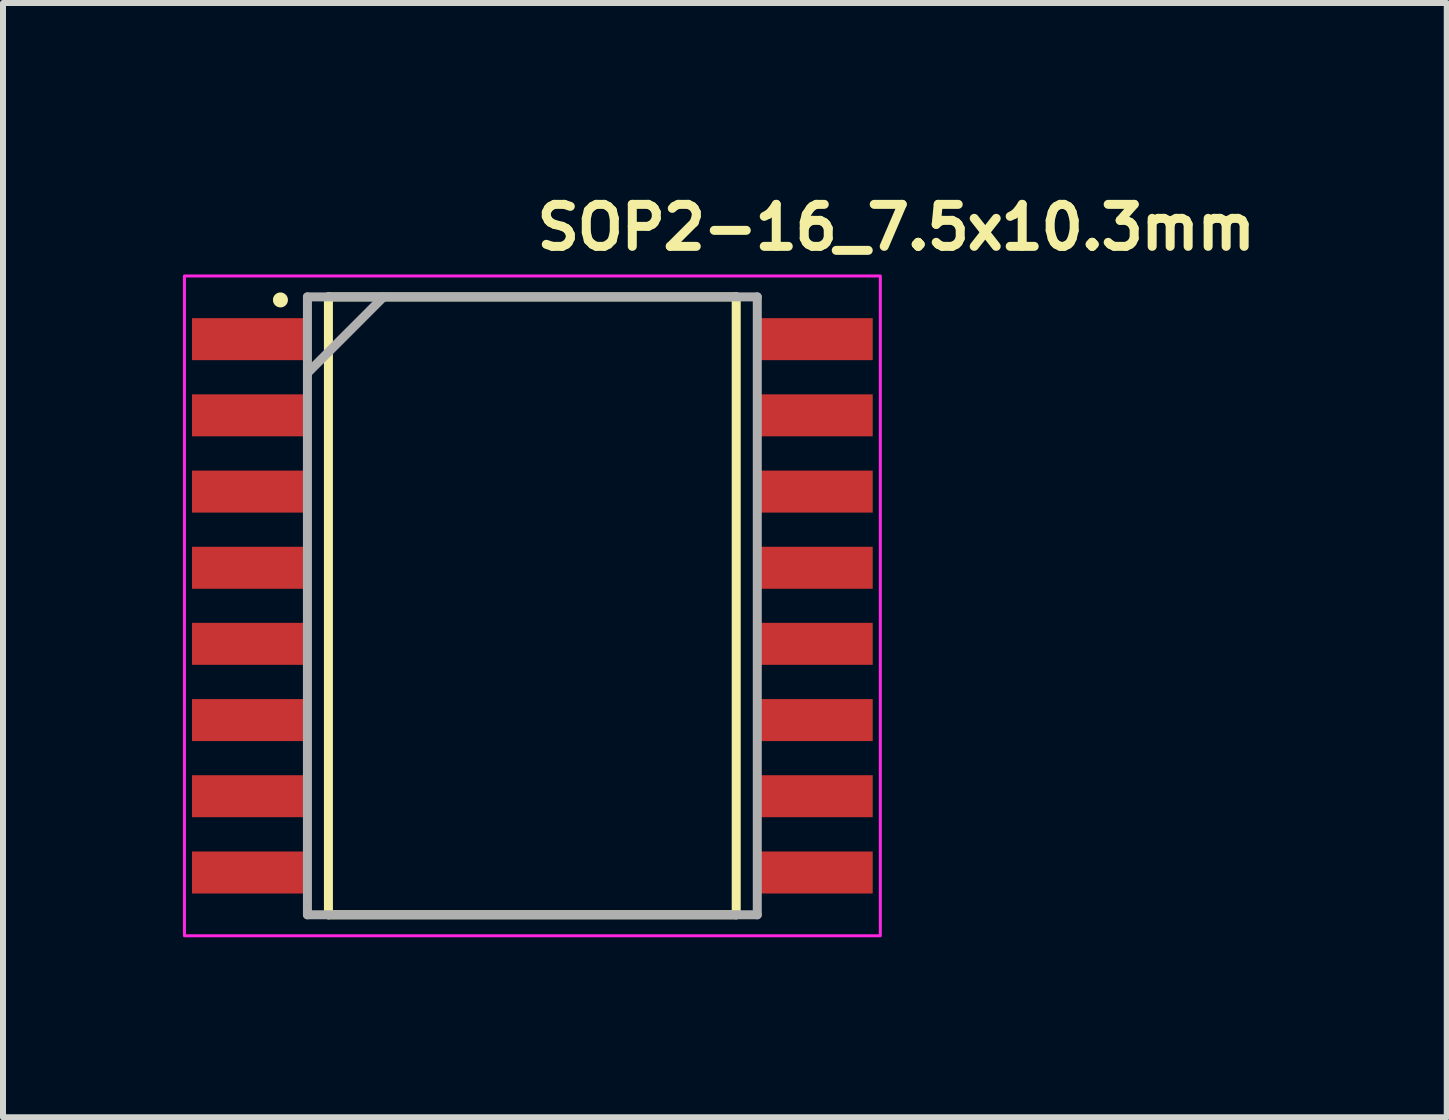
<source format=kicad_pcb>
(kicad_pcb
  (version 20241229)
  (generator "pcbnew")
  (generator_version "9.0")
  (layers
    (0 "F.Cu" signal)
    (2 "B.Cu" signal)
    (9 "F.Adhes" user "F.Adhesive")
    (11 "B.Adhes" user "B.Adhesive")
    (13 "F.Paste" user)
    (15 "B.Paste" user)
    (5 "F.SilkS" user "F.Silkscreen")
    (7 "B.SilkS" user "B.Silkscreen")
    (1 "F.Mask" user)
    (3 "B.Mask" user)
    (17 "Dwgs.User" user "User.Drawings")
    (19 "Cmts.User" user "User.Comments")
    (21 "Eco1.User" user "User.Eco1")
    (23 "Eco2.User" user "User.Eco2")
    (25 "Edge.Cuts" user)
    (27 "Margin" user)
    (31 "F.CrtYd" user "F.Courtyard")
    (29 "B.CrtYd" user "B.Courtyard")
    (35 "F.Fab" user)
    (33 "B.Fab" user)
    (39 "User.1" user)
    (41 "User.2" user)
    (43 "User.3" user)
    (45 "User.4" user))
  (footprint "SOP2-16_7.5x10.3mm"
    (layer "F.Cu")
    (at 5.825 7.05)
    (property "Reference" "SOP2-16_7.5x10.3mm" (at 0 -5.9 0) (layer "F.SilkS") (effects (font (size 0.7 0.7) (thickness 0.15)) (justify left bottom)))
    (attr smd)
    (fp_line (start -3.4 -5.151) (end 3.398 -5.151) (stroke (width 0.15) (type solid)) (layer "F.SilkS"))
    (fp_line (start -3.4 5.15) (end -3.4 -5.151) (stroke (width 0.15) (type solid)) (layer "F.SilkS"))
    (fp_line (start 3.398 -5.151) (end 3.398 5.15) (stroke (width 0.15) (type solid)) (layer "F.SilkS"))
    (fp_line (start 3.398 5.15) (end -3.4 5.15) (stroke (width 0.15) (type solid)) (layer "F.SilkS"))
    (fp_circle (center -4.2 -5.1) (end -4.15 -5.1) (stroke (width 0.15) (type solid)) (fill yes) (layer "F.SilkS"))
    (fp_rect (start -5.8 -5.5) (end 5.8 5.5) (stroke (width 0.05) (type solid)) (fill no) (layer "F.CrtYd"))
    (fp_line (start -3.75 -5.151) (end 3.749 -5.151) (stroke (width 0.15) (type solid)) (layer "F.Fab"))
    (fp_line (start -3.75 -3.88) (end -2.48 -5.151) (stroke (width 0.15) (type solid)) (layer "F.Fab"))
    (fp_line (start -3.75 5.15) (end -3.75 -5.151) (stroke (width 0.15) (type solid)) (layer "F.Fab"))
    (fp_line (start 3.749 -5.151) (end 3.749 5.15) (stroke (width 0.15) (type solid)) (layer "F.Fab"))
    (fp_line (start 3.749 5.15) (end -3.75 5.15) (stroke (width 0.15) (type solid)) (layer "F.Fab"))
    (fp_rect (start -5.164 -5.151) (end 5.161 5.15) (stroke (width 0.1) (type solid)) (fill no) (layer "User.5"))
    (fp_line (start -5.164 -4.656) (end -4.92 -4.656) (stroke (width 0.02) (type solid)) (layer "User.9"))
    (fp_line (start -5.164 -4.236) (end -5.164 -4.656) (stroke (width 0.02) (type solid)) (layer "User.9"))
    (fp_line (start -5.164 -4.236) (end -4.92 -4.236) (stroke (width 0.02) (type solid)) (layer "User.9"))
    (fp_line (start -5.164 -3.386) (end -4.92 -3.386) (stroke (width 0.02) (type solid)) (layer "User.9"))
    (fp_line (start -5.164 -2.965) (end -5.164 -3.386) (stroke (width 0.02) (type solid)) (layer "User.9"))
    (fp_line (start -5.164 -2.965) (end -4.92 -2.965) (stroke (width 0.02) (type solid)) (layer "User.9"))
    (fp_line (start -5.164 -2.117) (end -4.92 -2.117) (stroke (width 0.02) (type solid)) (layer "User.9"))
    (fp_line (start -5.164 -1.696) (end -5.164 -2.117) (stroke (width 0.02) (type solid)) (layer "User.9"))
    (fp_line (start -5.164 -1.696) (end -4.92 -1.696) (stroke (width 0.02) (type solid)) (layer "User.9"))
    (fp_line (start -5.164 -0.845) (end -4.92 -0.845) (stroke (width 0.02) (type solid)) (layer "User.9"))
    (fp_line (start -5.164 -0.425) (end -5.164 -0.845) (stroke (width 0.02) (type solid)) (layer "User.9"))
    (fp_line (start -5.164 -0.425) (end -4.92 -0.425) (stroke (width 0.02) (type solid)) (layer "User.9"))
    (fp_line (start -5.164 0.423) (end -4.92 0.423) (stroke (width 0.02) (type solid)) (layer "User.9"))
    (fp_line (start -5.164 0.843) (end -5.164 0.423) (stroke (width 0.02) (type solid)) (layer "User.9"))
    (fp_line (start -5.164 0.843) (end -4.92 0.843) (stroke (width 0.02) (type solid)) (layer "User.9"))
    (fp_line (start -5.164 1.695) (end -4.92 1.695) (stroke (width 0.02) (type solid)) (layer "User.9"))
    (fp_line (start -5.164 2.115) (end -5.164 1.695) (stroke (width 0.02) (type solid)) (layer "User.9"))
    (fp_line (start -5.164 2.115) (end -4.92 2.115) (stroke (width 0.02) (type solid)) (layer "User.9"))
    (fp_line (start -5.164 2.963) (end -4.92 2.963) (stroke (width 0.02) (type solid)) (layer "User.9"))
    (fp_line (start -5.164 3.383) (end -5.164 2.963) (stroke (width 0.02) (type solid)) (layer "User.9"))
    (fp_line (start -5.164 3.383) (end -4.92 3.383) (stroke (width 0.02) (type solid)) (layer "User.9"))
    (fp_line (start -5.164 4.235) (end -4.92 4.235) (stroke (width 0.02) (type solid)) (layer "User.9"))
    (fp_line (start -5.164 4.655) (end -5.164 4.235) (stroke (width 0.02) (type solid)) (layer "User.9"))
    (fp_line (start -5.164 4.655) (end -4.92 4.655) (stroke (width 0.02) (type solid)) (layer "User.9"))
    (fp_line (start -4.92 -4.656) (end -4.835 -4.656) (stroke (width 0.02) (type solid)) (layer "User.9"))
    (fp_line (start -4.92 -4.236) (end -4.835 -4.236) (stroke (width 0.02) (type solid)) (layer "User.9"))
    (fp_line (start -4.92 -3.386) (end -4.835 -3.386) (stroke (width 0.02) (type solid)) (layer "User.9"))
    (fp_line (start -4.92 -2.965) (end -4.835 -2.965) (stroke (width 0.02) (type solid)) (layer "User.9"))
    (fp_line (start -4.92 -2.117) (end -4.835 -2.117) (stroke (width 0.02) (type solid)) (layer "User.9"))
    (fp_line (start -4.92 -1.696) (end -4.835 -1.696) (stroke (width 0.02) (type solid)) (layer "User.9"))
    (fp_line (start -4.92 -0.845) (end -4.835 -0.845) (stroke (width 0.02) (type solid)) (layer "User.9"))
    (fp_line (start -4.92 -0.425) (end -4.835 -0.425) (stroke (width 0.02) (type solid)) (layer "User.9"))
    (fp_line (start -4.92 0.423) (end -4.835 0.423) (stroke (width 0.02) (type solid)) (layer "User.9"))
    (fp_line (start -4.92 0.843) (end -4.835 0.843) (stroke (width 0.02) (type solid)) (layer "User.9"))
    (fp_line (start -4.92 1.695) (end -4.835 1.695) (stroke (width 0.02) (type solid)) (layer "User.9"))
    (fp_line (start -4.92 2.115) (end -4.835 2.115) (stroke (width 0.02) (type solid)) (layer "User.9"))
    (fp_line (start -4.92 2.963) (end -4.835 2.963) (stroke (width 0.02) (type solid)) (layer "User.9"))
    (fp_line (start -4.92 3.383) (end -4.835 3.383) (stroke (width 0.02) (type solid)) (layer "User.9"))
    (fp_line (start -4.92 4.235) (end -4.835 4.235) (stroke (width 0.02) (type solid)) (layer "User.9"))
    (fp_line (start -4.92 4.655) (end -4.835 4.655) (stroke (width 0.02) (type solid)) (layer "User.9"))
    (fp_line (start -4.835 -4.656) (end -3.95 -4.656) (stroke (width 0.02) (type solid)) (layer "User.9"))
    (fp_line (start -4.835 -4.236) (end -3.95 -4.236) (stroke (width 0.02) (type solid)) (layer "User.9"))
    (fp_line (start -4.835 -3.386) (end -3.95 -3.386) (stroke (width 0.02) (type solid)) (layer "User.9"))
    (fp_line (start -4.835 -2.965) (end -3.95 -2.965) (stroke (width 0.02) (type solid)) (layer "User.9"))
    (fp_line (start -4.835 -2.117) (end -3.95 -2.117) (stroke (width 0.02) (type solid)) (layer "User.9"))
    (fp_line (start -4.835 -1.696) (end -3.95 -1.696) (stroke (width 0.02) (type solid)) (layer "User.9"))
    (fp_line (start -4.835 -0.845) (end -3.95 -0.845) (stroke (width 0.02) (type solid)) (layer "User.9"))
    (fp_line (start -4.835 -0.425) (end -3.95 -0.425) (stroke (width 0.02) (type solid)) (layer "User.9"))
    (fp_line (start -4.835 0.423) (end -3.95 0.423) (stroke (width 0.02) (type solid)) (layer "User.9"))
    (fp_line (start -4.835 0.843) (end -3.95 0.843) (stroke (width 0.02) (type solid)) (layer "User.9"))
    (fp_line (start -4.835 1.695) (end -3.95 1.695) (stroke (width 0.02) (type solid)) (layer "User.9"))
    (fp_line (start -4.835 2.115) (end -3.95 2.115) (stroke (width 0.02) (type solid)) (layer "User.9"))
    (fp_line (start -4.835 2.963) (end -3.95 2.963) (stroke (width 0.02) (type solid)) (layer "User.9"))
    (fp_line (start -4.835 3.383) (end -3.95 3.383) (stroke (width 0.02) (type solid)) (layer "User.9"))
    (fp_line (start -4.835 4.235) (end -3.95 4.235) (stroke (width 0.02) (type solid)) (layer "User.9"))
    (fp_line (start -4.835 4.655) (end -3.95 4.655) (stroke (width 0.02) (type solid)) (layer "User.9"))
    (fp_line (start -3.95 -4.656) (end -3.866 -4.656) (stroke (width 0.02) (type solid)) (layer "User.9"))
    (fp_line (start -3.95 -4.236) (end -3.866 -4.236) (stroke (width 0.02) (type solid)) (layer "User.9"))
    (fp_line (start -3.95 -3.386) (end -3.866 -3.386) (stroke (width 0.02) (type solid)) (layer "User.9"))
    (fp_line (start -3.95 -2.965) (end -3.866 -2.965) (stroke (width 0.02) (type solid)) (layer "User.9"))
    (fp_line (start -3.95 -2.117) (end -3.866 -2.117) (stroke (width 0.02) (type solid)) (layer "User.9"))
    (fp_line (start -3.95 -1.696) (end -3.866 -1.696) (stroke (width 0.02) (type solid)) (layer "User.9"))
    (fp_line (start -3.95 -0.845) (end -3.866 -0.845) (stroke (width 0.02) (type solid)) (layer "User.9"))
    (fp_line (start -3.95 -0.425) (end -3.866 -0.425) (stroke (width 0.02) (type solid)) (layer "User.9"))
    (fp_line (start -3.95 0.423) (end -3.866 0.423) (stroke (width 0.02) (type solid)) (layer "User.9"))
    (fp_line (start -3.95 0.843) (end -3.866 0.843) (stroke (width 0.02) (type solid)) (layer "User.9"))
    (fp_line (start -3.95 1.695) (end -3.866 1.695) (stroke (width 0.02) (type solid)) (layer "User.9"))
    (fp_line (start -3.95 2.115) (end -3.866 2.115) (stroke (width 0.02) (type solid)) (layer "User.9"))
    (fp_line (start -3.95 2.963) (end -3.866 2.963) (stroke (width 0.02) (type solid)) (layer "User.9"))
    (fp_line (start -3.95 3.383) (end -3.866 3.383) (stroke (width 0.02) (type solid)) (layer "User.9"))
    (fp_line (start -3.95 4.235) (end -3.866 4.235) (stroke (width 0.02) (type solid)) (layer "User.9"))
    (fp_line (start -3.95 4.655) (end -3.866 4.655) (stroke (width 0.02) (type solid)) (layer "User.9"))
    (fp_line (start -3.866 -4.656) (end -3.75 -4.656) (stroke (width 0.02) (type solid)) (layer "User.9"))
    (fp_line (start -3.866 -4.236) (end -3.75 -4.236) (stroke (width 0.02) (type solid)) (layer "User.9"))
    (fp_line (start -3.866 -3.386) (end -3.75 -3.386) (stroke (width 0.02) (type solid)) (layer "User.9"))
    (fp_line (start -3.866 -2.965) (end -3.75 -2.965) (stroke (width 0.02) (type solid)) (layer "User.9"))
    (fp_line (start -3.866 -2.117) (end -3.75 -2.117) (stroke (width 0.02) (type solid)) (layer "User.9"))
    (fp_line (start -3.866 -1.696) (end -3.75 -1.696) (stroke (width 0.02) (type solid)) (layer "User.9"))
    (fp_line (start -3.866 -0.845) (end -3.75 -0.845) (stroke (width 0.02) (type solid)) (layer "User.9"))
    (fp_line (start -3.866 -0.425) (end -3.75 -0.425) (stroke (width 0.02) (type solid)) (layer "User.9"))
    (fp_line (start -3.866 0.423) (end -3.75 0.423) (stroke (width 0.02) (type solid)) (layer "User.9"))
    (fp_line (start -3.866 0.843) (end -3.75 0.843) (stroke (width 0.02) (type solid)) (layer "User.9"))
    (fp_line (start -3.866 1.695) (end -3.75 1.695) (stroke (width 0.02) (type solid)) (layer "User.9"))
    (fp_line (start -3.866 2.115) (end -3.75 2.115) (stroke (width 0.02) (type solid)) (layer "User.9"))
    (fp_line (start -3.866 2.963) (end -3.75 2.963) (stroke (width 0.02) (type solid)) (layer "User.9"))
    (fp_line (start -3.866 3.383) (end -3.75 3.383) (stroke (width 0.02) (type solid)) (layer "User.9"))
    (fp_line (start -3.866 4.235) (end -3.75 4.235) (stroke (width 0.02) (type solid)) (layer "User.9"))
    (fp_line (start -3.866 4.655) (end -3.75 4.655) (stroke (width 0.02) (type solid)) (layer "User.9"))
    (fp_line (start -3.75 -5.151) (end -3.576 -4.976) (stroke (width 0.02) (type solid)) (layer "User.9"))
    (fp_line (start -3.75 -5.151) (end 3.749 -5.151) (stroke (width 0.02) (type solid)) (layer "User.9"))
    (fp_line (start -3.75 -4.236) (end -3.75 -4.656) (stroke (width 0.02) (type solid)) (layer "User.9"))
    (fp_line (start -3.75 -2.965) (end -3.75 -3.386) (stroke (width 0.02) (type solid)) (layer "User.9"))
    (fp_line (start -3.75 -1.696) (end -3.75 -2.117) (stroke (width 0.02) (type solid)) (layer "User.9"))
    (fp_line (start -3.75 -0.425) (end -3.75 -0.845) (stroke (width 0.02) (type solid)) (layer "User.9"))
    (fp_line (start -3.75 0.843) (end -3.75 0.423) (stroke (width 0.02) (type solid)) (layer "User.9"))
    (fp_line (start -3.75 2.115) (end -3.75 1.695) (stroke (width 0.02) (type solid)) (layer "User.9"))
    (fp_line (start -3.75 3.383) (end -3.75 2.963) (stroke (width 0.02) (type solid)) (layer "User.9"))
    (fp_line (start -3.75 4.655) (end -3.75 4.235) (stroke (width 0.02) (type solid)) (layer "User.9"))
    (fp_line (start -3.75 5.15) (end -3.75 -5.151) (stroke (width 0.02) (type solid)) (layer "User.9"))
    (fp_line (start -3.75 5.15) (end -3.576 4.974) (stroke (width 0.02) (type solid)) (layer "User.9"))
    (fp_line (start -3.75 5.15) (end 3.749 5.15) (stroke (width 0.02) (type solid)) (layer "User.9"))
    (fp_line (start -3.576 -4.976) (end -3.487 -4.887) (stroke (width 0.02) (type solid)) (layer "User.9"))
    (fp_line (start -3.576 4.974) (end -3.487 4.884) (stroke (width 0.02) (type solid)) (layer "User.9"))
    (fp_line (start -3.004 -3.96) (end -3.004 -3.935) (stroke (width 0.02) (type solid)) (layer "User.9"))
    (fp_line (start -3.004 -3.935) (end -3.004 -3.935) (stroke (width 0.02) (type solid)) (layer "User.9"))
    (fp_line (start -3.004 -3.935) (end -3.004 -3.911) (stroke (width 0.02) (type solid)) (layer "User.9"))
    (fp_line (start -3.004 -3.911) (end -3.003 -3.888) (stroke (width 0.02) (type solid)) (layer "User.9"))
    (fp_line (start -3.003 -3.984) (end -3.004 -3.96) (stroke (width 0.02) (type solid)) (layer "User.9"))
    (fp_line (start -3.003 -3.888) (end -3 -3.864) (stroke (width 0.02) (type solid)) (layer "User.9"))
    (fp_line (start -3 -4.007) (end -3.003 -3.984) (stroke (width 0.02) (type solid)) (layer "User.9"))
    (fp_line (start -3 -3.864) (end -2.996 -3.842) (stroke (width 0.02) (type solid)) (layer "User.9"))
    (fp_line (start -2.996 -4.031) (end -3 -4.007) (stroke (width 0.02) (type solid)) (layer "User.9"))
    (fp_line (start -2.996 -3.842) (end -2.989 -3.818) (stroke (width 0.02) (type solid)) (layer "User.9"))
    (fp_line (start -2.989 -4.053) (end -2.996 -4.031) (stroke (width 0.02) (type solid)) (layer "User.9"))
    (fp_line (start -2.989 -3.818) (end -2.984 -3.797) (stroke (width 0.02) (type solid)) (layer "User.9"))
    (fp_line (start -2.984 -4.076) (end -2.989 -4.053) (stroke (width 0.02) (type solid)) (layer "User.9"))
    (fp_line (start -2.984 -3.797) (end -2.976 -3.774) (stroke (width 0.02) (type solid)) (layer "User.9"))
    (fp_line (start -2.976 -4.098) (end -2.984 -4.076) (stroke (width 0.02) (type solid)) (layer "User.9"))
    (fp_line (start -2.976 -3.774) (end -2.968 -3.754) (stroke (width 0.02) (type solid)) (layer "User.9"))
    (fp_line (start -2.968 -4.119) (end -2.976 -4.098) (stroke (width 0.02) (type solid)) (layer "User.9"))
    (fp_line (start -2.968 -3.754) (end -2.959 -3.733) (stroke (width 0.02) (type solid)) (layer "User.9"))
    (fp_line (start -2.959 -4.14) (end -2.968 -4.119) (stroke (width 0.02) (type solid)) (layer "User.9"))
    (fp_line (start -2.959 -3.733) (end -2.948 -3.713) (stroke (width 0.02) (type solid)) (layer "User.9"))
    (fp_line (start -2.948 -4.159) (end -2.959 -4.14) (stroke (width 0.02) (type solid)) (layer "User.9"))
    (fp_line (start -2.948 -3.713) (end -2.936 -3.693) (stroke (width 0.02) (type solid)) (layer "User.9"))
    (fp_line (start -2.936 -4.18) (end -2.948 -4.159) (stroke (width 0.02) (type solid)) (layer "User.9"))
    (fp_line (start -2.936 -3.693) (end -2.924 -3.673) (stroke (width 0.02) (type solid)) (layer "User.9"))
    (fp_line (start -2.924 -4.199) (end -2.936 -4.18) (stroke (width 0.02) (type solid)) (layer "User.9"))
    (fp_line (start -2.924 -3.673) (end -2.911 -3.656) (stroke (width 0.02) (type solid)) (layer "User.9"))
    (fp_line (start -2.911 -4.217) (end -2.924 -4.199) (stroke (width 0.02) (type solid)) (layer "User.9"))
    (fp_line (start -2.911 -3.656) (end -2.898 -3.637) (stroke (width 0.02) (type solid)) (layer "User.9"))
    (fp_line (start -2.898 -4.234) (end -2.911 -4.217) (stroke (width 0.02) (type solid)) (layer "User.9"))
    (fp_line (start -2.898 -3.637) (end -2.883 -3.621) (stroke (width 0.02) (type solid)) (layer "User.9"))
    (fp_line (start -2.883 -4.252) (end -2.898 -4.234) (stroke (width 0.02) (type solid)) (layer "User.9"))
    (fp_line (start -2.883 -3.621) (end -2.867 -3.605) (stroke (width 0.02) (type solid)) (layer "User.9"))
    (fp_line (start -2.867 -4.268) (end -2.883 -4.252) (stroke (width 0.02) (type solid)) (layer "User.9"))
    (fp_line (start -2.867 -3.605) (end -2.851 -3.589) (stroke (width 0.02) (type solid)) (layer "User.9"))
    (fp_line (start -2.851 -4.282) (end -2.867 -4.268) (stroke (width 0.02) (type solid)) (layer "User.9"))
    (fp_line (start -2.851 -3.589) (end -2.835 -3.575) (stroke (width 0.02) (type solid)) (layer "User.9"))
    (fp_line (start -2.835 -4.297) (end -2.851 -4.282) (stroke (width 0.02) (type solid)) (layer "User.9"))
    (fp_line (start -2.835 -3.575) (end -2.816 -3.56) (stroke (width 0.02) (type solid)) (layer "User.9"))
    (fp_line (start -2.816 -4.311) (end -2.835 -4.297) (stroke (width 0.02) (type solid)) (layer "User.9"))
    (fp_line (start -2.816 -3.56) (end -2.798 -3.548) (stroke (width 0.02) (type solid)) (layer "User.9"))
    (fp_line (start -2.798 -4.324) (end -2.816 -4.311) (stroke (width 0.02) (type solid)) (layer "User.9"))
    (fp_line (start -2.798 -3.548) (end -2.779 -3.536) (stroke (width 0.02) (type solid)) (layer "User.9"))
    (fp_line (start -2.779 -4.337) (end -2.798 -4.324) (stroke (width 0.02) (type solid)) (layer "User.9"))
    (fp_line (start -2.779 -3.536) (end -2.759 -3.524) (stroke (width 0.02) (type solid)) (layer "User.9"))
    (fp_line (start -2.759 -4.348) (end -2.779 -4.337) (stroke (width 0.02) (type solid)) (layer "User.9"))
    (fp_line (start -2.759 -3.524) (end -2.739 -3.513) (stroke (width 0.02) (type solid)) (layer "User.9"))
    (fp_line (start -2.739 -4.358) (end -2.759 -4.348) (stroke (width 0.02) (type solid)) (layer "User.9"))
    (fp_line (start -2.739 -3.513) (end -2.718 -3.504) (stroke (width 0.02) (type solid)) (layer "User.9"))
    (fp_line (start -2.718 -4.367) (end -2.739 -4.358) (stroke (width 0.02) (type solid)) (layer "User.9"))
    (fp_line (start -2.718 -3.504) (end -2.698 -3.496) (stroke (width 0.02) (type solid)) (layer "User.9"))
    (fp_line (start -2.698 -4.377) (end -2.718 -4.367) (stroke (width 0.02) (type solid)) (layer "User.9"))
    (fp_line (start -2.698 -3.496) (end -2.676 -3.488) (stroke (width 0.02) (type solid)) (layer "User.9"))
    (fp_line (start -2.676 -4.383) (end -2.698 -4.377) (stroke (width 0.02) (type solid)) (layer "User.9"))
    (fp_line (start -2.676 -3.488) (end -2.653 -3.483) (stroke (width 0.02) (type solid)) (layer "User.9"))
    (fp_line (start -2.653 -4.39) (end -2.676 -4.383) (stroke (width 0.02) (type solid)) (layer "User.9"))
    (fp_line (start -2.653 -3.483) (end -2.63 -3.476) (stroke (width 0.02) (type solid)) (layer "User.9"))
    (fp_line (start -2.63 -4.396) (end -2.653 -4.39) (stroke (width 0.02) (type solid)) (layer "User.9"))
    (fp_line (start -2.63 -3.476) (end -2.608 -3.472) (stroke (width 0.02) (type solid)) (layer "User.9"))
    (fp_line (start -2.608 -4.399) (end -2.63 -4.396) (stroke (width 0.02) (type solid)) (layer "User.9"))
    (fp_line (start -2.608 -3.472) (end -2.584 -3.469) (stroke (width 0.02) (type solid)) (layer "User.9"))
    (fp_line (start -2.584 -4.403) (end -2.608 -4.399) (stroke (width 0.02) (type solid)) (layer "User.9"))
    (fp_line (start -2.584 -3.469) (end -2.56 -3.468) (stroke (width 0.02) (type solid)) (layer "User.9"))
    (fp_line (start -2.56 -4.404) (end -2.584 -4.403) (stroke (width 0.02) (type solid)) (layer "User.9"))
    (fp_line (start -2.56 -3.468) (end -2.536 -3.468) (stroke (width 0.02) (type solid)) (layer "User.9"))
    (fp_line (start -2.536 -4.404) (end -2.56 -4.404) (stroke (width 0.02) (type solid)) (layer "User.9"))
    (fp_line (start -2.536 -4.404) (end -2.536 -4.404) (stroke (width 0.02) (type solid)) (layer "User.9"))
    (fp_line (start -2.536 -3.468) (end -2.536 -3.468) (stroke (width 0.02) (type solid)) (layer "User.9"))
    (fp_line (start -2.536 -3.468) (end -2.512 -3.468) (stroke (width 0.02) (type solid)) (layer "User.9"))
    (fp_line (start -2.512 -4.404) (end -2.536 -4.404) (stroke (width 0.02) (type solid)) (layer "User.9"))
    (fp_line (start -2.512 -3.468) (end -2.488 -3.469) (stroke (width 0.02) (type solid)) (layer "User.9"))
    (fp_line (start -2.488 -4.403) (end -2.512 -4.404) (stroke (width 0.02) (type solid)) (layer "User.9"))
    (fp_line (start -2.488 -3.469) (end -2.464 -3.472) (stroke (width 0.02) (type solid)) (layer "User.9"))
    (fp_line (start -2.464 -4.399) (end -2.488 -4.403) (stroke (width 0.02) (type solid)) (layer "User.9"))
    (fp_line (start -2.464 -3.472) (end -2.441 -3.476) (stroke (width 0.02) (type solid)) (layer "User.9"))
    (fp_line (start -2.441 -4.396) (end -2.464 -4.399) (stroke (width 0.02) (type solid)) (layer "User.9"))
    (fp_line (start -2.441 -3.476) (end -2.419 -3.483) (stroke (width 0.02) (type solid)) (layer "User.9"))
    (fp_line (start -2.419 -4.39) (end -2.441 -4.396) (stroke (width 0.02) (type solid)) (layer "User.9"))
    (fp_line (start -2.419 -3.483) (end -2.396 -3.488) (stroke (width 0.02) (type solid)) (layer "User.9"))
    (fp_line (start -2.396 -4.383) (end -2.419 -4.39) (stroke (width 0.02) (type solid)) (layer "User.9"))
    (fp_line (start -2.396 -3.488) (end -2.375 -3.496) (stroke (width 0.02) (type solid)) (layer "User.9"))
    (fp_line (start -2.375 -4.377) (end -2.396 -4.383) (stroke (width 0.02) (type solid)) (layer "User.9"))
    (fp_line (start -2.375 -3.496) (end -2.354 -3.504) (stroke (width 0.02) (type solid)) (layer "User.9"))
    (fp_line (start -2.354 -4.367) (end -2.375 -4.377) (stroke (width 0.02) (type solid)) (layer "User.9"))
    (fp_line (start -2.354 -3.504) (end -2.332 -3.513) (stroke (width 0.02) (type solid)) (layer "User.9"))
    (fp_line (start -2.332 -4.358) (end -2.354 -4.367) (stroke (width 0.02) (type solid)) (layer "User.9"))
    (fp_line (start -2.332 -3.513) (end -2.312 -3.524) (stroke (width 0.02) (type solid)) (layer "User.9"))
    (fp_line (start -2.312 -4.348) (end -2.332 -4.358) (stroke (width 0.02) (type solid)) (layer "User.9"))
    (fp_line (start -2.312 -3.524) (end -2.293 -3.536) (stroke (width 0.02) (type solid)) (layer "User.9"))
    (fp_line (start -2.293 -4.337) (end -2.312 -4.348) (stroke (width 0.02) (type solid)) (layer "User.9"))
    (fp_line (start -2.293 -3.536) (end -2.274 -3.548) (stroke (width 0.02) (type solid)) (layer "User.9"))
    (fp_line (start -2.274 -4.324) (end -2.293 -4.337) (stroke (width 0.02) (type solid)) (layer "User.9"))
    (fp_line (start -2.274 -3.548) (end -2.255 -3.56) (stroke (width 0.02) (type solid)) (layer "User.9"))
    (fp_line (start -2.255 -4.311) (end -2.274 -4.324) (stroke (width 0.02) (type solid)) (layer "User.9"))
    (fp_line (start -2.255 -3.56) (end -2.238 -3.575) (stroke (width 0.02) (type solid)) (layer "User.9"))
    (fp_line (start -2.238 -4.297) (end -2.255 -4.311) (stroke (width 0.02) (type solid)) (layer "User.9"))
    (fp_line (start -2.238 -3.575) (end -2.221 -3.589) (stroke (width 0.02) (type solid)) (layer "User.9"))
    (fp_line (start -2.221 -4.282) (end -2.238 -4.297) (stroke (width 0.02) (type solid)) (layer "User.9"))
    (fp_line (start -2.221 -3.589) (end -2.205 -3.605) (stroke (width 0.02) (type solid)) (layer "User.9"))
    (fp_line (start -2.205 -4.268) (end -2.221 -4.282) (stroke (width 0.02) (type solid)) (layer "User.9"))
    (fp_line (start -2.205 -3.605) (end -2.19 -3.621) (stroke (width 0.02) (type solid)) (layer "User.9"))
    (fp_line (start -2.19 -4.252) (end -2.205 -4.268) (stroke (width 0.02) (type solid)) (layer "User.9"))
    (fp_line (start -2.19 -3.621) (end -2.174 -3.637) (stroke (width 0.02) (type solid)) (layer "User.9"))
    (fp_line (start -2.174 -4.234) (end -2.19 -4.252) (stroke (width 0.02) (type solid)) (layer "User.9"))
    (fp_line (start -2.174 -3.637) (end -2.161 -3.656) (stroke (width 0.02) (type solid)) (layer "User.9"))
    (fp_line (start -2.161 -4.217) (end -2.174 -4.234) (stroke (width 0.02) (type solid)) (layer "User.9"))
    (fp_line (start -2.161 -3.656) (end -2.148 -3.673) (stroke (width 0.02) (type solid)) (layer "User.9"))
    (fp_line (start -2.148 -4.199) (end -2.161 -4.217) (stroke (width 0.02) (type solid)) (layer "User.9"))
    (fp_line (start -2.148 -3.673) (end -2.136 -3.693) (stroke (width 0.02) (type solid)) (layer "User.9"))
    (fp_line (start -2.136 -4.18) (end -2.148 -4.199) (stroke (width 0.02) (type solid)) (layer "User.9"))
    (fp_line (start -2.136 -3.693) (end -2.124 -3.713) (stroke (width 0.02) (type solid)) (layer "User.9"))
    (fp_line (start -2.124 -4.159) (end -2.136 -4.18) (stroke (width 0.02) (type solid)) (layer "User.9"))
    (fp_line (start -2.124 -3.713) (end -2.113 -3.733) (stroke (width 0.02) (type solid)) (layer "User.9"))
    (fp_line (start -2.113 -4.14) (end -2.124 -4.159) (stroke (width 0.02) (type solid)) (layer "User.9"))
    (fp_line (start -2.113 -3.733) (end -2.105 -3.754) (stroke (width 0.02) (type solid)) (layer "User.9"))
    (fp_line (start -2.105 -4.119) (end -2.113 -4.14) (stroke (width 0.02) (type solid)) (layer "User.9"))
    (fp_line (start -2.105 -3.754) (end -2.096 -3.774) (stroke (width 0.02) (type solid)) (layer "User.9"))
    (fp_line (start -2.096 -4.098) (end -2.105 -4.119) (stroke (width 0.02) (type solid)) (layer "User.9"))
    (fp_line (start -2.096 -3.774) (end -2.089 -3.797) (stroke (width 0.02) (type solid)) (layer "User.9"))
    (fp_line (start -2.089 -4.076) (end -2.096 -4.098) (stroke (width 0.02) (type solid)) (layer "User.9"))
    (fp_line (start -2.089 -3.797) (end -2.082 -3.818) (stroke (width 0.02) (type solid)) (layer "User.9"))
    (fp_line (start -2.082 -4.053) (end -2.089 -4.076) (stroke (width 0.02) (type solid)) (layer "User.9"))
    (fp_line (start -2.082 -3.818) (end -2.077 -3.842) (stroke (width 0.02) (type solid)) (layer "User.9"))
    (fp_line (start -2.077 -4.031) (end -2.082 -4.053) (stroke (width 0.02) (type solid)) (layer "User.9"))
    (fp_line (start -2.077 -3.842) (end -2.073 -3.864) (stroke (width 0.02) (type solid)) (layer "User.9"))
    (fp_line (start -2.073 -4.007) (end -2.077 -4.031) (stroke (width 0.02) (type solid)) (layer "User.9"))
    (fp_line (start -2.073 -3.864) (end -2.069 -3.888) (stroke (width 0.02) (type solid)) (layer "User.9"))
    (fp_line (start -2.069 -3.984) (end -2.073 -4.007) (stroke (width 0.02) (type solid)) (layer "User.9"))
    (fp_line (start -2.069 -3.888) (end -2.068 -3.911) (stroke (width 0.02) (type solid)) (layer "User.9"))
    (fp_line (start -2.068 -3.96) (end -2.069 -3.984) (stroke (width 0.02) (type solid)) (layer "User.9"))
    (fp_line (start -2.068 -3.935) (end -2.068 -3.96) (stroke (width 0.02) (type solid)) (layer "User.9"))
    (fp_line (start -2.068 -3.935) (end -2.068 -3.935) (stroke (width 0.02) (type solid)) (layer "User.9"))
    (fp_line (start -2.068 -3.935) (end -2.068 -3.935) (stroke (width 0.02) (type solid)) (layer "User.9"))
    (fp_line (start -2.068 -3.911) (end -2.068 -3.935) (stroke (width 0.02) (type solid)) (layer "User.9"))
    (fp_line (start 3.484 -4.887) (end 3.574 -4.976) (stroke (width 0.02) (type solid)) (layer "User.9"))
    (fp_line (start 3.574 4.974) (end 3.484 4.884) (stroke (width 0.02) (type solid)) (layer "User.9"))
    (fp_line (start 3.749 -5.151) (end 3.574 -4.976) (stroke (width 0.02) (type solid)) (layer "User.9"))
    (fp_line (start 3.749 -4.656) (end 3.863 -4.656) (stroke (width 0.02) (type solid)) (layer "User.9"))
    (fp_line (start 3.749 -4.236) (end 3.749 -4.656) (stroke (width 0.02) (type solid)) (layer "User.9"))
    (fp_line (start 3.749 -4.236) (end 3.863 -4.236) (stroke (width 0.02) (type solid)) (layer "User.9"))
    (fp_line (start 3.749 -3.386) (end 3.863 -3.386) (stroke (width 0.02) (type solid)) (layer "User.9"))
    (fp_line (start 3.749 -2.965) (end 3.749 -3.386) (stroke (width 0.02) (type solid)) (layer "User.9"))
    (fp_line (start 3.749 -2.965) (end 3.863 -2.965) (stroke (width 0.02) (type solid)) (layer "User.9"))
    (fp_line (start 3.749 -2.117) (end 3.863 -2.117) (stroke (width 0.02) (type solid)) (layer "User.9"))
    (fp_line (start 3.749 -1.696) (end 3.749 -2.117) (stroke (width 0.02) (type solid)) (layer "User.9"))
    (fp_line (start 3.749 -1.696) (end 3.863 -1.696) (stroke (width 0.02) (type solid)) (layer "User.9"))
    (fp_line (start 3.749 -0.845) (end 3.863 -0.845) (stroke (width 0.02) (type solid)) (layer "User.9"))
    (fp_line (start 3.749 -0.425) (end 3.749 -0.845) (stroke (width 0.02) (type solid)) (layer "User.9"))
    (fp_line (start 3.749 -0.425) (end 3.863 -0.425) (stroke (width 0.02) (type solid)) (layer "User.9"))
    (fp_line (start 3.749 0.423) (end 3.863 0.423) (stroke (width 0.02) (type solid)) (layer "User.9"))
    (fp_line (start 3.749 0.843) (end 3.749 0.423) (stroke (width 0.02) (type solid)) (layer "User.9"))
    (fp_line (start 3.749 0.843) (end 3.863 0.843) (stroke (width 0.02) (type solid)) (layer "User.9"))
    (fp_line (start 3.749 1.695) (end 3.863 1.695) (stroke (width 0.02) (type solid)) (layer "User.9"))
    (fp_line (start 3.749 2.115) (end 3.749 1.695) (stroke (width 0.02) (type solid)) (layer "User.9"))
    (fp_line (start 3.749 2.115) (end 3.863 2.115) (stroke (width 0.02) (type solid)) (layer "User.9"))
    (fp_line (start 3.749 2.963) (end 3.863 2.963) (stroke (width 0.02) (type solid)) (layer "User.9"))
    (fp_line (start 3.749 3.383) (end 3.749 2.963) (stroke (width 0.02) (type solid)) (layer "User.9"))
    (fp_line (start 3.749 3.383) (end 3.863 3.383) (stroke (width 0.02) (type solid)) (layer "User.9"))
    (fp_line (start 3.749 4.235) (end 3.863 4.235) (stroke (width 0.02) (type solid)) (layer "User.9"))
    (fp_line (start 3.749 4.655) (end 3.749 4.235) (stroke (width 0.02) (type solid)) (layer "User.9"))
    (fp_line (start 3.749 4.655) (end 3.863 4.655) (stroke (width 0.02) (type solid)) (layer "User.9"))
    (fp_line (start 3.749 5.15) (end 3.574 4.974) (stroke (width 0.02) (type solid)) (layer "User.9"))
    (fp_line (start 3.749 5.15) (end 3.749 -5.151) (stroke (width 0.02) (type solid)) (layer "User.9"))
    (fp_line (start 3.947 -4.656) (end 3.863 -4.656) (stroke (width 0.02) (type solid)) (layer "User.9"))
    (fp_line (start 3.947 -4.236) (end 3.863 -4.236) (stroke (width 0.02) (type solid)) (layer "User.9"))
    (fp_line (start 3.947 -3.386) (end 3.863 -3.386) (stroke (width 0.02) (type solid)) (layer "User.9"))
    (fp_line (start 3.947 -2.965) (end 3.863 -2.965) (stroke (width 0.02) (type solid)) (layer "User.9"))
    (fp_line (start 3.947 -2.117) (end 3.863 -2.117) (stroke (width 0.02) (type solid)) (layer "User.9"))
    (fp_line (start 3.947 -1.696) (end 3.863 -1.696) (stroke (width 0.02) (type solid)) (layer "User.9"))
    (fp_line (start 3.947 -0.845) (end 3.863 -0.845) (stroke (width 0.02) (type solid)) (layer "User.9"))
    (fp_line (start 3.947 -0.425) (end 3.863 -0.425) (stroke (width 0.02) (type solid)) (layer "User.9"))
    (fp_line (start 3.947 0.423) (end 3.863 0.423) (stroke (width 0.02) (type solid)) (layer "User.9"))
    (fp_line (start 3.947 0.843) (end 3.863 0.843) (stroke (width 0.02) (type solid)) (layer "User.9"))
    (fp_line (start 3.947 1.695) (end 3.863 1.695) (stroke (width 0.02) (type solid)) (layer "User.9"))
    (fp_line (start 3.947 2.115) (end 3.863 2.115) (stroke (width 0.02) (type solid)) (layer "User.9"))
    (fp_line (start 3.947 2.963) (end 3.863 2.963) (stroke (width 0.02) (type solid)) (layer "User.9"))
    (fp_line (start 3.947 3.383) (end 3.863 3.383) (stroke (width 0.02) (type solid)) (layer "User.9"))
    (fp_line (start 3.947 4.235) (end 3.863 4.235) (stroke (width 0.02) (type solid)) (layer "User.9"))
    (fp_line (start 3.947 4.655) (end 3.863 4.655) (stroke (width 0.02) (type solid)) (layer "User.9"))
    (fp_line (start 4.834 -4.656) (end 3.947 -4.656) (stroke (width 0.02) (type solid)) (layer "User.9"))
    (fp_line (start 4.834 -4.236) (end 3.947 -4.236) (stroke (width 0.02) (type solid)) (layer "User.9"))
    (fp_line (start 4.834 -3.386) (end 3.947 -3.386) (stroke (width 0.02) (type solid)) (layer "User.9"))
    (fp_line (start 4.834 -2.965) (end 3.947 -2.965) (stroke (width 0.02) (type solid)) (layer "User.9"))
    (fp_line (start 4.834 -2.117) (end 3.947 -2.117) (stroke (width 0.02) (type solid)) (layer "User.9"))
    (fp_line (start 4.834 -1.696) (end 3.947 -1.696) (stroke (width 0.02) (type solid)) (layer "User.9"))
    (fp_line (start 4.834 -0.845) (end 3.947 -0.845) (stroke (width 0.02) (type solid)) (layer "User.9"))
    (fp_line (start 4.834 -0.425) (end 3.947 -0.425) (stroke (width 0.02) (type solid)) (layer "User.9"))
    (fp_line (start 4.834 0.423) (end 3.947 0.423) (stroke (width 0.02) (type solid)) (layer "User.9"))
    (fp_line (start 4.834 0.843) (end 3.947 0.843) (stroke (width 0.02) (type solid)) (layer "User.9"))
    (fp_line (start 4.834 1.695) (end 3.947 1.695) (stroke (width 0.02) (type solid)) (layer "User.9"))
    (fp_line (start 4.834 2.115) (end 3.947 2.115) (stroke (width 0.02) (type solid)) (layer "User.9"))
    (fp_line (start 4.834 2.963) (end 3.947 2.963) (stroke (width 0.02) (type solid)) (layer "User.9"))
    (fp_line (start 4.834 3.383) (end 3.947 3.383) (stroke (width 0.02) (type solid)) (layer "User.9"))
    (fp_line (start 4.834 4.235) (end 3.947 4.235) (stroke (width 0.02) (type solid)) (layer "User.9"))
    (fp_line (start 4.834 4.655) (end 3.947 4.655) (stroke (width 0.02) (type solid)) (layer "User.9"))
    (fp_line (start 4.918 -4.656) (end 4.834 -4.656) (stroke (width 0.02) (type solid)) (layer "User.9"))
    (fp_line (start 4.918 -4.656) (end 5.161 -4.656) (stroke (width 0.02) (type solid)) (layer "User.9"))
    (fp_line (start 4.918 -4.236) (end 4.834 -4.236) (stroke (width 0.02) (type solid)) (layer "User.9"))
    (fp_line (start 4.918 -4.236) (end 5.161 -4.236) (stroke (width 0.02) (type solid)) (layer "User.9"))
    (fp_line (start 4.918 -3.386) (end 4.834 -3.386) (stroke (width 0.02) (type solid)) (layer "User.9"))
    (fp_line (start 4.918 -3.386) (end 5.161 -3.386) (stroke (width 0.02) (type solid)) (layer "User.9"))
    (fp_line (start 4.918 -2.965) (end 4.834 -2.965) (stroke (width 0.02) (type solid)) (layer "User.9"))
    (fp_line (start 4.918 -2.965) (end 5.161 -2.965) (stroke (width 0.02) (type solid)) (layer "User.9"))
    (fp_line (start 4.918 -2.117) (end 4.834 -2.117) (stroke (width 0.02) (type solid)) (layer "User.9"))
    (fp_line (start 4.918 -2.117) (end 5.161 -2.117) (stroke (width 0.02) (type solid)) (layer "User.9"))
    (fp_line (start 4.918 -1.696) (end 4.834 -1.696) (stroke (width 0.02) (type solid)) (layer "User.9"))
    (fp_line (start 4.918 -1.696) (end 5.161 -1.696) (stroke (width 0.02) (type solid)) (layer "User.9"))
    (fp_line (start 4.918 -0.845) (end 4.834 -0.845) (stroke (width 0.02) (type solid)) (layer "User.9"))
    (fp_line (start 4.918 -0.845) (end 5.161 -0.845) (stroke (width 0.02) (type solid)) (layer "User.9"))
    (fp_line (start 4.918 -0.425) (end 4.834 -0.425) (stroke (width 0.02) (type solid)) (layer "User.9"))
    (fp_line (start 4.918 -0.425) (end 5.161 -0.425) (stroke (width 0.02) (type solid)) (layer "User.9"))
    (fp_line (start 4.918 0.423) (end 4.834 0.423) (stroke (width 0.02) (type solid)) (layer "User.9"))
    (fp_line (start 4.918 0.423) (end 5.161 0.423) (stroke (width 0.02) (type solid)) (layer "User.9"))
    (fp_line (start 4.918 0.843) (end 4.834 0.843) (stroke (width 0.02) (type solid)) (layer "User.9"))
    (fp_line (start 4.918 0.843) (end 5.161 0.843) (stroke (width 0.02) (type solid)) (layer "User.9"))
    (fp_line (start 4.918 1.695) (end 4.834 1.695) (stroke (width 0.02) (type solid)) (layer "User.9"))
    (fp_line (start 4.918 1.695) (end 5.161 1.695) (stroke (width 0.02) (type solid)) (layer "User.9"))
    (fp_line (start 4.918 2.115) (end 4.834 2.115) (stroke (width 0.02) (type solid)) (layer "User.9"))
    (fp_line (start 4.918 2.115) (end 5.161 2.115) (stroke (width 0.02) (type solid)) (layer "User.9"))
    (fp_line (start 4.918 2.963) (end 4.834 2.963) (stroke (width 0.02) (type solid)) (layer "User.9"))
    (fp_line (start 4.918 2.963) (end 5.161 2.963) (stroke (width 0.02) (type solid)) (layer "User.9"))
    (fp_line (start 4.918 3.383) (end 4.834 3.383) (stroke (width 0.02) (type solid)) (layer "User.9"))
    (fp_line (start 4.918 3.383) (end 5.161 3.383) (stroke (width 0.02) (type solid)) (layer "User.9"))
    (fp_line (start 4.918 4.235) (end 4.834 4.235) (stroke (width 0.02) (type solid)) (layer "User.9"))
    (fp_line (start 4.918 4.235) (end 5.161 4.235) (stroke (width 0.02) (type solid)) (layer "User.9"))
    (fp_line (start 4.918 4.655) (end 4.834 4.655) (stroke (width 0.02) (type solid)) (layer "User.9"))
    (fp_line (start 4.918 4.655) (end 5.161 4.655) (stroke (width 0.02) (type solid)) (layer "User.9"))
    (fp_line (start 5.161 -4.236) (end 5.161 -4.656) (stroke (width 0.02) (type solid)) (layer "User.9"))
    (fp_line (start 5.161 -2.965) (end 5.161 -3.386) (stroke (width 0.02) (type solid)) (layer "User.9"))
    (fp_line (start 5.161 -1.696) (end 5.161 -2.117) (stroke (width 0.02) (type solid)) (layer "User.9"))
    (fp_line (start 5.161 -0.425) (end 5.161 -0.845) (stroke (width 0.02) (type solid)) (layer "User.9"))
    (fp_line (start 5.161 0.843) (end 5.161 0.423) (stroke (width 0.02) (type solid)) (layer "User.9"))
    (fp_line (start 5.161 2.115) (end 5.161 1.695) (stroke (width 0.02) (type solid)) (layer "User.9"))
    (fp_line (start 5.161 3.383) (end 5.161 2.963) (stroke (width 0.02) (type solid)) (layer "User.9"))
    (fp_line (start 5.161 4.655) (end 5.161 4.235) (stroke (width 0.02) (type solid)) (layer "User.9"))
    (pad "1" smd rect (at -4.712 -4.446 90) (size 0.7 1.925) (layers "F.Cu" "F.Mask" "F.Paste"))
    (pad "2" smd rect (at -4.712 -3.176 90) (size 0.7 1.925) (layers "F.Cu" "F.Mask" "F.Paste"))
    (pad "3" smd rect (at -4.712 -1.905 90) (size 0.7 1.925) (layers "F.Cu" "F.Mask" "F.Paste"))
    (pad "4" smd rect (at -4.712 -0.635 90) (size 0.7 1.925) (layers "F.Cu" "F.Mask" "F.Paste"))
    (pad "5" smd rect (at -4.712 0.633 90) (size 0.7 1.925) (layers "F.Cu" "F.Mask" "F.Paste"))
    (pad "6" smd rect (at -4.712 1.904 90) (size 0.7 1.925) (layers "F.Cu" "F.Mask" "F.Paste"))
    (pad "7" smd rect (at -4.712 3.173 90) (size 0.7 1.925) (layers "F.Cu" "F.Mask" "F.Paste"))
    (pad "8" smd rect (at -4.712 4.445 90) (size 0.7 1.925) (layers "F.Cu" "F.Mask" "F.Paste"))
    (pad "9" smd rect (at 4.711 4.445 90) (size 0.7 1.925) (layers "F.Cu" "F.Mask" "F.Paste"))
    (pad "10" smd rect (at 4.711 3.173 90) (size 0.7 1.925) (layers "F.Cu" "F.Mask" "F.Paste"))
    (pad "11" smd rect (at 4.711 1.904 90) (size 0.7 1.925) (layers "F.Cu" "F.Mask" "F.Paste"))
    (pad "12" smd rect (at 4.711 0.633 90) (size 0.7 1.925) (layers "F.Cu" "F.Mask" "F.Paste"))
    (pad "13" smd rect (at 4.711 -0.635 90) (size 0.7 1.925) (layers "F.Cu" "F.Mask" "F.Paste"))
    (pad "14" smd rect (at 4.711 -1.905 90) (size 0.7 1.925) (layers "F.Cu" "F.Mask" "F.Paste"))
    (pad "15" smd rect (at 4.711 -3.176 90) (size 0.7 1.925) (layers "F.Cu" "F.Mask" "F.Paste"))
    (pad "16" smd rect (at 4.711 -4.446 90) (size 0.7 1.925) (layers "F.Cu" "F.Mask" "F.Paste")))
  (gr_rect
    (start -3 -3)
    (end 21.068 15.575)
    (stroke (width 0.1) (type default))
    (fill no)
    (layer "Edge.Cuts")))
</source>
